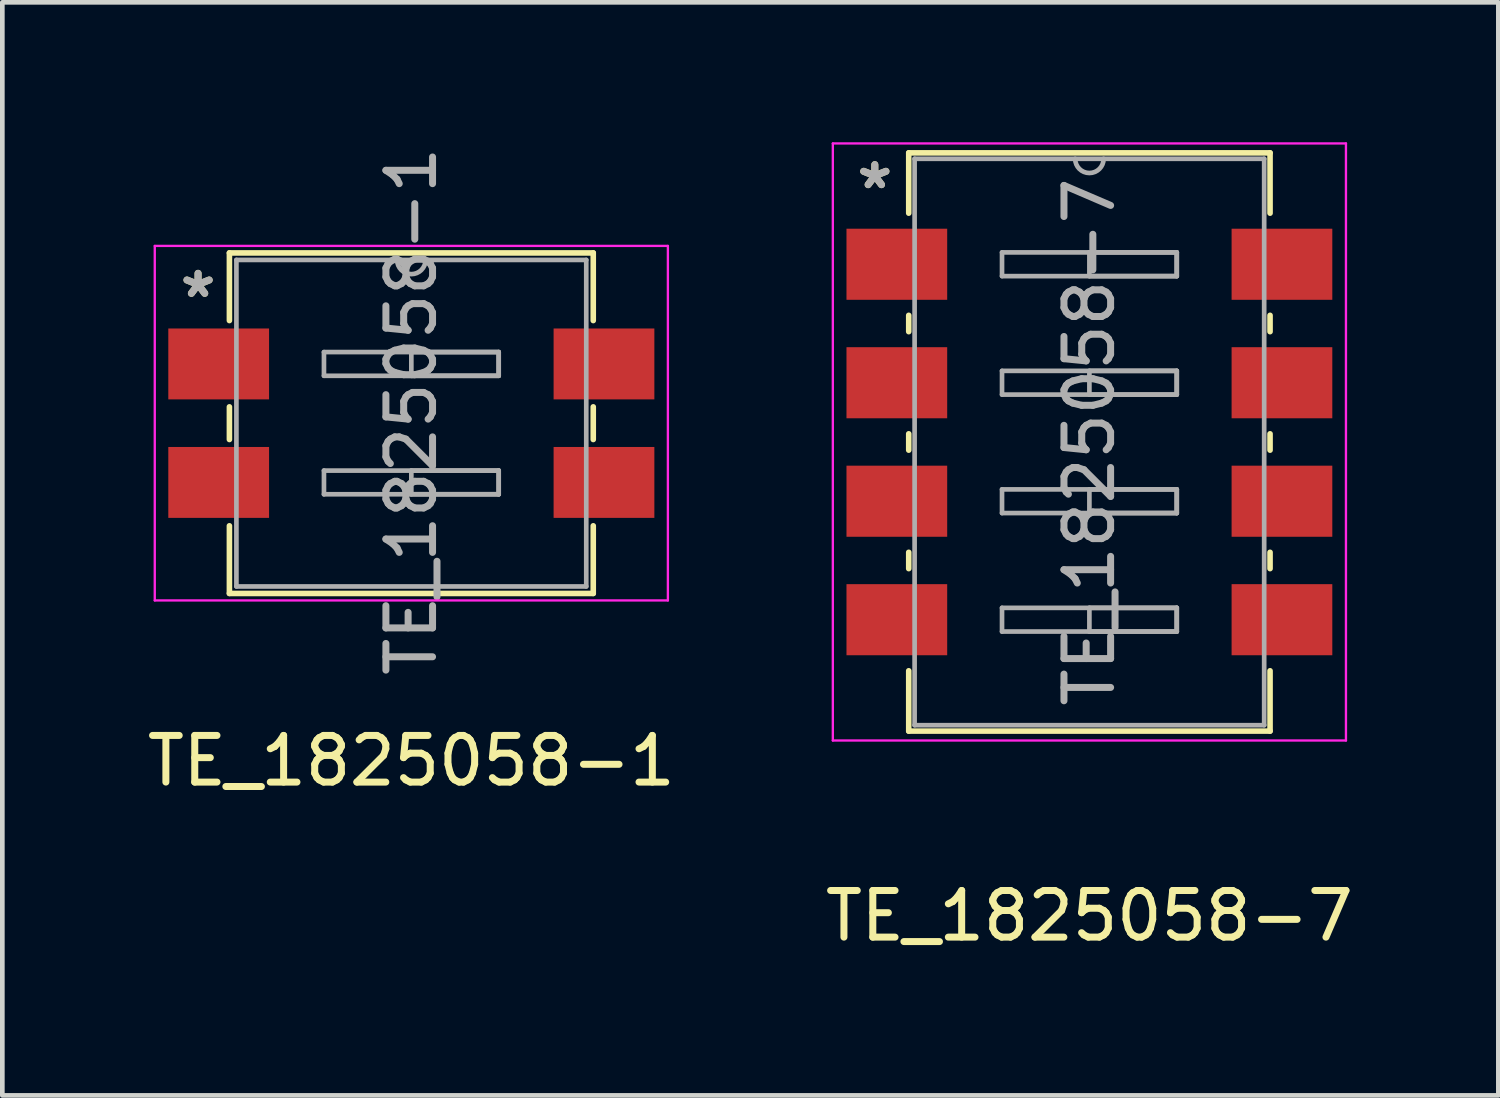
<source format=kicad_pcb>
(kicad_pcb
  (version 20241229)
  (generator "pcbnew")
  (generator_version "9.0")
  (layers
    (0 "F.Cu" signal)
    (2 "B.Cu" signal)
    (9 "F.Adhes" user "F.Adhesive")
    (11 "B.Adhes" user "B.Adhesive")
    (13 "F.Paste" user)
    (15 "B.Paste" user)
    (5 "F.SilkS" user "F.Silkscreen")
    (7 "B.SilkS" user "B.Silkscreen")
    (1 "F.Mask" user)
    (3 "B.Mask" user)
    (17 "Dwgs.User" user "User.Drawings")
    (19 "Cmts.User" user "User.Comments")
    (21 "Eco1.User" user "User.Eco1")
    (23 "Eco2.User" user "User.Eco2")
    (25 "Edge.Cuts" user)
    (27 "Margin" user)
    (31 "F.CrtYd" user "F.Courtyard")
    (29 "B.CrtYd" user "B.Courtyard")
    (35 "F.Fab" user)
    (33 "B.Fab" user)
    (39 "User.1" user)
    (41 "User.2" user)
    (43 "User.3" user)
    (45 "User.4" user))
  (footprint "TE_1825058-1"
    (layer "F.Cu")
    (at 5.768 6.022)
    (property "Reference" "TE_1825058-1" (at 0 -0.254 90) (layer "F.Fab") (effects (font (size 1 1) (thickness 0.15))))
    (attr smd)
    (fp_line (start -3.9 -3.65) (end 3.9 -3.65) (stroke (width 0.12) (type solid)) (layer "F.SilkS"))
    (fp_line (start -3.9 -2.2) (end -3.9 -3.65) (stroke (width 0.12) (type solid)) (layer "F.SilkS"))
    (fp_line (start -3.9 0.35) (end -3.9 -0.35) (stroke (width 0.12) (type solid)) (layer "F.SilkS"))
    (fp_line (start -3.9 3.65) (end -3.9 2.2) (stroke (width 0.12) (type solid)) (layer "F.SilkS"))
    (fp_line (start 3.9 -3.65) (end 3.9 -2.2) (stroke (width 0.12) (type solid)) (layer "F.SilkS"))
    (fp_line (start 3.9 0.35) (end 3.9 -0.35) (stroke (width 0.12) (type solid)) (layer "F.SilkS"))
    (fp_line (start 3.9 2.2) (end 3.9 3.65) (stroke (width 0.12) (type solid)) (layer "F.SilkS"))
    (fp_line (start 3.9 3.65) (end -3.9 3.65) (stroke (width 0.12) (type solid)) (layer "F.SilkS"))
    (fp_line (start -5.5 -3.8) (end -5.5 3.8) (stroke (width 0.05) (type solid)) (layer "F.CrtYd"))
    (fp_line (start -5.5 3.8) (end 5.5 3.8) (stroke (width 0.05) (type solid)) (layer "F.CrtYd"))
    (fp_line (start 5.5 -3.8) (end -5.5 -3.8) (stroke (width 0.05) (type solid)) (layer "F.CrtYd"))
    (fp_line (start 5.5 3.8) (end 5.5 -3.8) (stroke (width 0.05) (type solid)) (layer "F.CrtYd"))
    (fp_line (start -3.75 -3.5) (end -3.75 3.5) (stroke (width 0.1) (type solid)) (layer "F.Fab"))
    (fp_line (start -3.75 3.5) (end 3.75 3.5) (stroke (width 0.1) (type solid)) (layer "F.Fab"))
    (fp_line (start -1.873 -1.524) (end 1.873 -1.524) (stroke (width 0.1) (type solid)) (layer "F.Fab"))
    (fp_line (start -1.873 -1.016) (end -1.873 -1.524) (stroke (width 0.1) (type solid)) (layer "F.Fab"))
    (fp_line (start -1.873 1.016) (end 1.873 1.016) (stroke (width 0.1) (type solid)) (layer "F.Fab"))
    (fp_line (start -1.873 1.524) (end -1.873 1.016) (stroke (width 0.1) (type solid)) (layer "F.Fab"))
    (fp_line (start 0 -1.524) (end 1.873 -1.524) (stroke (width 0.1) (type solid)) (layer "F.Fab"))
    (fp_line (start 0 -1.016) (end 0 -1.524) (stroke (width 0.1) (type solid)) (layer "F.Fab"))
    (fp_line (start 0 1.016) (end 1.873 1.016) (stroke (width 0.1) (type solid)) (layer "F.Fab"))
    (fp_line (start 0 1.524) (end 0 1.016) (stroke (width 0.1) (type solid)) (layer "F.Fab"))
    (fp_line (start 1.873 -1.524) (end 1.873 -1.016) (stroke (width 0.1) (type solid)) (layer "F.Fab"))
    (fp_line (start 1.873 -1.524) (end 1.873 -1.016) (stroke (width 0.1) (type solid)) (layer "F.Fab"))
    (fp_line (start 1.873 -1.016) (end -1.873 -1.016) (stroke (width 0.1) (type solid)) (layer "F.Fab"))
    (fp_line (start 1.873 -1.016) (end 0 -1.016) (stroke (width 0.1) (type solid)) (layer "F.Fab"))
    (fp_line (start 1.873 1.016) (end 1.873 1.524) (stroke (width 0.1) (type solid)) (layer "F.Fab"))
    (fp_line (start 1.873 1.016) (end 1.873 1.524) (stroke (width 0.1) (type solid)) (layer "F.Fab"))
    (fp_line (start 1.873 1.524) (end -1.873 1.524) (stroke (width 0.1) (type solid)) (layer "F.Fab"))
    (fp_line (start 1.873 1.524) (end 0 1.524) (stroke (width 0.1) (type solid)) (layer "F.Fab"))
    (fp_line (start 3.75 -3.5) (end -3.75 -3.5) (stroke (width 0.1) (type solid)) (layer "F.Fab"))
    (fp_line (start 3.75 3.5) (end 3.75 -3.5) (stroke (width 0.1) (type solid)) (layer "F.Fab"))
    (fp_arc (start 0.3048 -3.5) (mid 0 -3.199962) (end -0.3048 -3.5) (stroke (width 0.1) (type solid)) (layer "F.Fab"))
    (fp_text user "${REFERENCE}" (at 0 7.239 0) (layer "F.SilkS") (effects (font (size 1 1) (thickness 0.15))))
    (fp_text user "*" (at -4.572 -2.667 0) (layer "F.SilkS") (effects (font (size 1 1) (thickness 0.15))))
    (fp_text user "*" (at -4.572 -2.667 0) (layer "F.Fab") (effects (font (size 1 1) (thickness 0.15))))
    (pad "1" smd rect (at -4.13 -1.27) (size 2.16 1.52) (layers "F.Cu" "F.Mask" "F.Paste"))
    (pad "2" smd rect (at -4.13 1.27) (size 2.16 1.52) (layers "F.Cu" "F.Mask" "F.Paste"))
    (pad "3" smd rect (at 4.13 1.27) (size 2.16 1.52) (layers "F.Cu" "F.Mask" "F.Paste"))
    (pad "4" smd rect (at 4.13 -1.27) (size 2.16 1.52) (layers "F.Cu" "F.Mask" "F.Paste")))
  (footprint "TE_1825058-7"
    (layer "F.Cu")
    (at 20.304 6.425)
    (property "Reference" "TE_1825058-7" (at 0 0 90) (layer "F.Fab") (effects (font (size 1 1) (thickness 0.15))))
    (attr smd)
    (fp_line (start -3.873 -6.198) (end -3.873 -4.905) (stroke (width 0.12) (type solid)) (layer "F.SilkS"))
    (fp_line (start -3.873 -2.715) (end -3.873 -2.365) (stroke (width 0.12) (type solid)) (layer "F.SilkS"))
    (fp_line (start -3.873 -0.175) (end -3.873 0.175) (stroke (width 0.12) (type solid)) (layer "F.SilkS"))
    (fp_line (start -3.873 2.365) (end -3.873 2.715) (stroke (width 0.12) (type solid)) (layer "F.SilkS"))
    (fp_line (start -3.873 4.905) (end -3.873 6.198) (stroke (width 0.12) (type solid)) (layer "F.SilkS"))
    (fp_line (start -3.873 6.198) (end 3.873 6.198) (stroke (width 0.12) (type solid)) (layer "F.SilkS"))
    (fp_line (start 3.873 -6.198) (end -3.873 -6.198) (stroke (width 0.12) (type solid)) (layer "F.SilkS"))
    (fp_line (start 3.873 -4.905) (end 3.873 -6.198) (stroke (width 0.12) (type solid)) (layer "F.SilkS"))
    (fp_line (start 3.873 -2.365) (end 3.873 -2.715) (stroke (width 0.12) (type solid)) (layer "F.SilkS"))
    (fp_line (start 3.873 0.175) (end 3.873 -0.175) (stroke (width 0.12) (type solid)) (layer "F.SilkS"))
    (fp_line (start 3.873 2.715) (end 3.873 2.365) (stroke (width 0.12) (type solid)) (layer "F.SilkS"))
    (fp_line (start 3.873 6.198) (end 3.873 4.905) (stroke (width 0.12) (type solid)) (layer "F.SilkS"))
    (fp_line (start -5.5 -6.4) (end -5.5 6.4) (stroke (width 0.05) (type solid)) (layer "F.CrtYd"))
    (fp_line (start -5.5 6.4) (end 5.5 6.4) (stroke (width 0.05) (type solid)) (layer "F.CrtYd"))
    (fp_line (start 5.5 -6.4) (end -5.5 -6.4) (stroke (width 0.05) (type solid)) (layer "F.CrtYd"))
    (fp_line (start 5.5 6.4) (end 5.5 -6.4) (stroke (width 0.05) (type solid)) (layer "F.CrtYd"))
    (fp_line (start -3.747 -6.071) (end -3.747 6.071) (stroke (width 0.1) (type solid)) (layer "F.Fab"))
    (fp_line (start -3.747 6.071) (end 3.747 6.071) (stroke (width 0.1) (type solid)) (layer "F.Fab"))
    (fp_line (start -1.873 -4.064) (end 1.873 -4.064) (stroke (width 0.1) (type solid)) (layer "F.Fab"))
    (fp_line (start -1.873 -3.556) (end -1.873 -4.064) (stroke (width 0.1) (type solid)) (layer "F.Fab"))
    (fp_line (start -1.873 -1.524) (end 1.873 -1.524) (stroke (width 0.1) (type solid)) (layer "F.Fab"))
    (fp_line (start -1.873 -1.016) (end -1.873 -1.524) (stroke (width 0.1) (type solid)) (layer "F.Fab"))
    (fp_line (start -1.873 1.016) (end 1.873 1.016) (stroke (width 0.1) (type solid)) (layer "F.Fab"))
    (fp_line (start -1.873 1.524) (end -1.873 1.016) (stroke (width 0.1) (type solid)) (layer "F.Fab"))
    (fp_line (start -1.873 3.556) (end 1.873 3.556) (stroke (width 0.1) (type solid)) (layer "F.Fab"))
    (fp_line (start -1.873 4.064) (end -1.873 3.556) (stroke (width 0.1) (type solid)) (layer "F.Fab"))
    (fp_line (start 0 -4.064) (end 1.873 -4.064) (stroke (width 0.1) (type solid)) (layer "F.Fab"))
    (fp_line (start 0 -3.556) (end 0 -4.064) (stroke (width 0.1) (type solid)) (layer "F.Fab"))
    (fp_line (start 0 -1.524) (end 1.873 -1.524) (stroke (width 0.1) (type solid)) (layer "F.Fab"))
    (fp_line (start 0 -1.016) (end 0 -1.524) (stroke (width 0.1) (type solid)) (layer "F.Fab"))
    (fp_line (start 0 1.016) (end 1.873 1.016) (stroke (width 0.1) (type solid)) (layer "F.Fab"))
    (fp_line (start 0 1.524) (end 0 1.016) (stroke (width 0.1) (type solid)) (layer "F.Fab"))
    (fp_line (start 0 3.556) (end 1.873 3.556) (stroke (width 0.1) (type solid)) (layer "F.Fab"))
    (fp_line (start 0 4.064) (end 0 3.556) (stroke (width 0.1) (type solid)) (layer "F.Fab"))
    (fp_line (start 1.873 -4.064) (end 1.873 -3.556) (stroke (width 0.1) (type solid)) (layer "F.Fab"))
    (fp_line (start 1.873 -4.064) (end 1.873 -3.556) (stroke (width 0.1) (type solid)) (layer "F.Fab"))
    (fp_line (start 1.873 -3.556) (end -1.873 -3.556) (stroke (width 0.1) (type solid)) (layer "F.Fab"))
    (fp_line (start 1.873 -3.556) (end 0 -3.556) (stroke (width 0.1) (type solid)) (layer "F.Fab"))
    (fp_line (start 1.873 -1.524) (end 1.873 -1.016) (stroke (width 0.1) (type solid)) (layer "F.Fab"))
    (fp_line (start 1.873 -1.524) (end 1.873 -1.016) (stroke (width 0.1) (type solid)) (layer "F.Fab"))
    (fp_line (start 1.873 -1.016) (end -1.873 -1.016) (stroke (width 0.1) (type solid)) (layer "F.Fab"))
    (fp_line (start 1.873 -1.016) (end 0 -1.016) (stroke (width 0.1) (type solid)) (layer "F.Fab"))
    (fp_line (start 1.873 1.016) (end 1.873 1.524) (stroke (width 0.1) (type solid)) (layer "F.Fab"))
    (fp_line (start 1.873 1.016) (end 1.873 1.524) (stroke (width 0.1) (type solid)) (layer "F.Fab"))
    (fp_line (start 1.873 1.524) (end -1.873 1.524) (stroke (width 0.1) (type solid)) (layer "F.Fab"))
    (fp_line (start 1.873 1.524) (end 0 1.524) (stroke (width 0.1) (type solid)) (layer "F.Fab"))
    (fp_line (start 1.873 3.556) (end 1.873 4.064) (stroke (width 0.1) (type solid)) (layer "F.Fab"))
    (fp_line (start 1.873 3.556) (end 1.873 4.064) (stroke (width 0.1) (type solid)) (layer "F.Fab"))
    (fp_line (start 1.873 4.064) (end -1.873 4.064) (stroke (width 0.1) (type solid)) (layer "F.Fab"))
    (fp_line (start 1.873 4.064) (end 0 4.064) (stroke (width 0.1) (type solid)) (layer "F.Fab"))
    (fp_line (start 3.747 -6.071) (end -3.747 -6.071) (stroke (width 0.1) (type solid)) (layer "F.Fab"))
    (fp_line (start 3.747 6.071) (end 3.747 -6.071) (stroke (width 0.1) (type solid)) (layer "F.Fab"))
    (fp_arc (start 0.3048 -6.0706) (mid 0 -5.7658) (end -0.3048 -6.0706) (stroke (width 0.1) (type solid)) (layer "F.Fab"))
    (fp_text user "${REFERENCE}" (at 0 10.16 0) (layer "F.SilkS") (effects (font (size 1 1) (thickness 0.15))))
    (fp_text user "*" (at -4.6 -5.4 0) (layer "F.SilkS") (effects (font (size 1 1) (thickness 0.15))))
    (fp_text user "*" (at -4.6 -5.4 0) (layer "F.Fab") (effects (font (size 1 1) (thickness 0.15))))
    (pad "1" smd rect (at -4.128 -3.81) (size 2.159 1.524) (layers "F.Cu" "F.Mask" "F.Paste"))
    (pad "2" smd rect (at -4.128 -1.27) (size 2.159 1.524) (layers "F.Cu" "F.Mask" "F.Paste"))
    (pad "3" smd rect (at -4.128 1.27) (size 2.159 1.524) (layers "F.Cu" "F.Mask" "F.Paste"))
    (pad "4" smd rect (at -4.128 3.81) (size 2.159 1.524) (layers "F.Cu" "F.Mask" "F.Paste"))
    (pad "5" smd rect (at 4.128 3.81) (size 2.159 1.524) (layers "F.Cu" "F.Mask" "F.Paste"))
    (pad "6" smd rect (at 4.128 1.27) (size 2.159 1.524) (layers "F.Cu" "F.Mask" "F.Paste"))
    (pad "7" smd rect (at 4.128 -1.27) (size 2.159 1.524) (layers "F.Cu" "F.Mask" "F.Paste"))
    (pad "8" smd rect (at 4.128 -3.81) (size 2.159 1.524) (layers "F.Cu" "F.Mask" "F.Paste")))
  (gr_rect
    (start -3 -3)
    (end 29.071 20.433)
    (stroke (width 0.1) (type default))
    (fill no)
    (layer "Edge.Cuts")))
</source>
